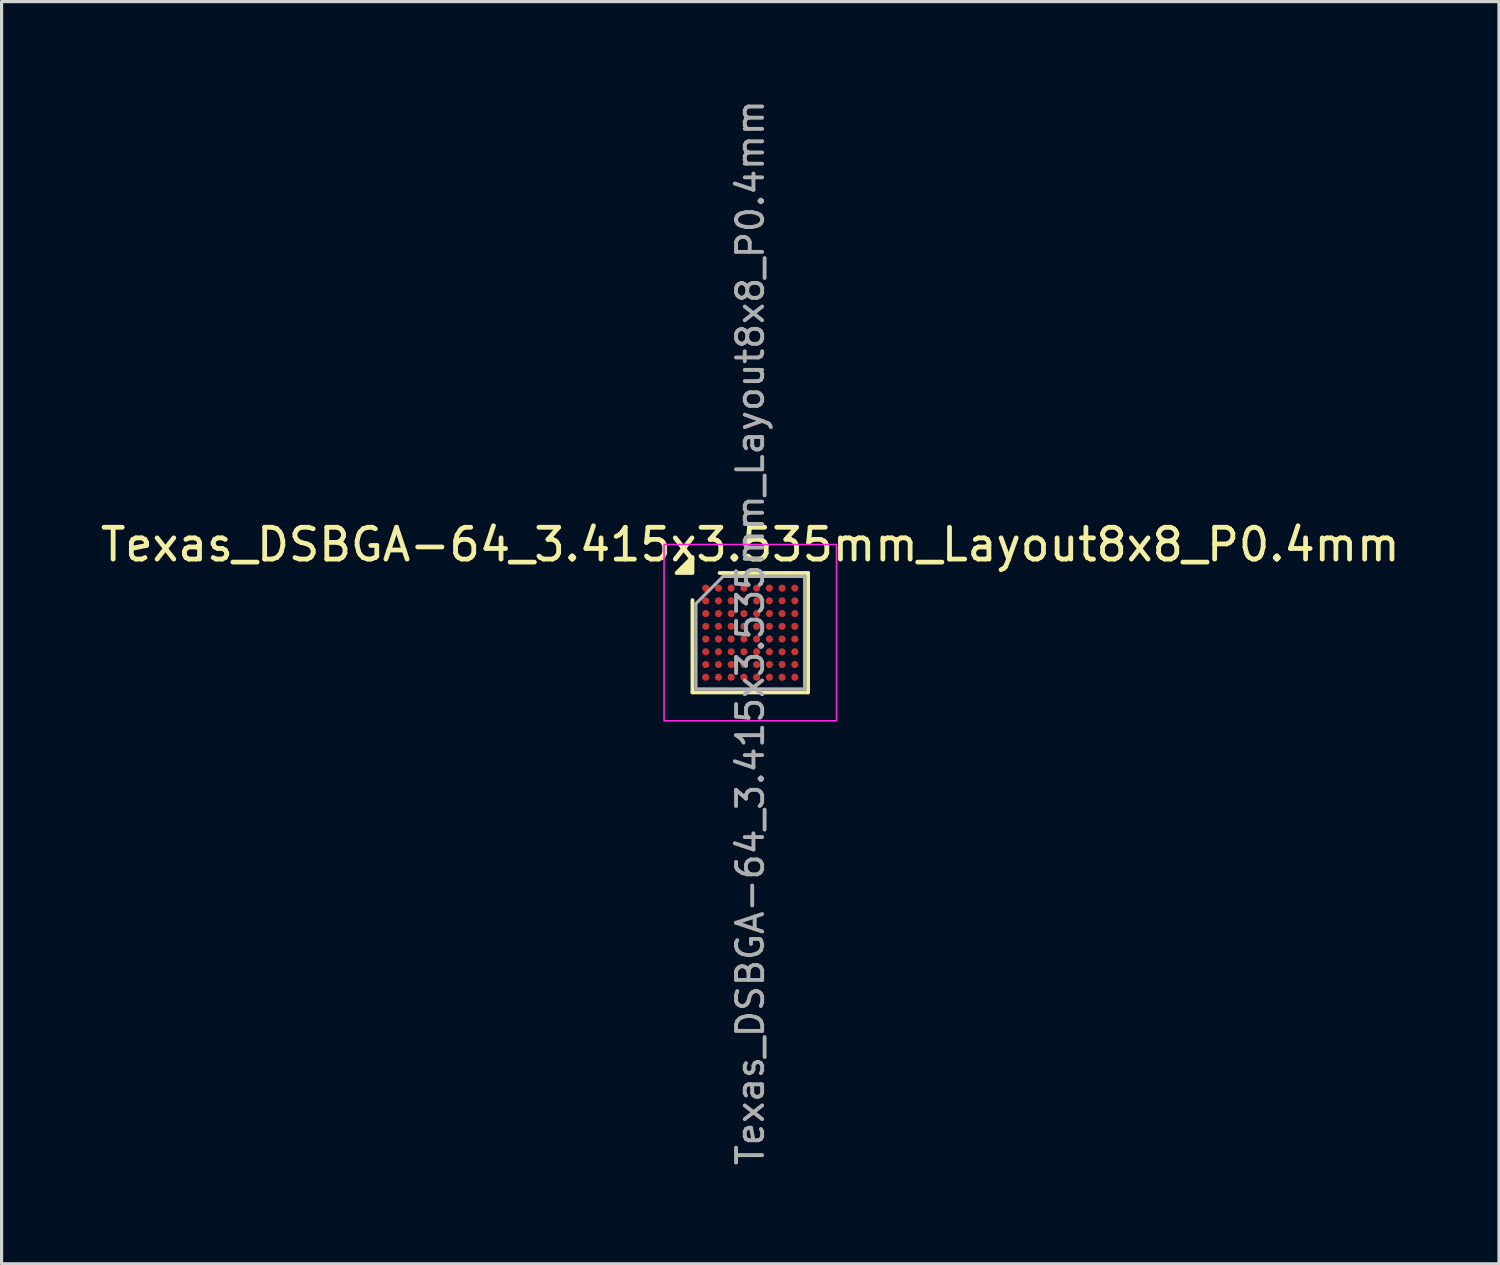
<source format=kicad_pcb>
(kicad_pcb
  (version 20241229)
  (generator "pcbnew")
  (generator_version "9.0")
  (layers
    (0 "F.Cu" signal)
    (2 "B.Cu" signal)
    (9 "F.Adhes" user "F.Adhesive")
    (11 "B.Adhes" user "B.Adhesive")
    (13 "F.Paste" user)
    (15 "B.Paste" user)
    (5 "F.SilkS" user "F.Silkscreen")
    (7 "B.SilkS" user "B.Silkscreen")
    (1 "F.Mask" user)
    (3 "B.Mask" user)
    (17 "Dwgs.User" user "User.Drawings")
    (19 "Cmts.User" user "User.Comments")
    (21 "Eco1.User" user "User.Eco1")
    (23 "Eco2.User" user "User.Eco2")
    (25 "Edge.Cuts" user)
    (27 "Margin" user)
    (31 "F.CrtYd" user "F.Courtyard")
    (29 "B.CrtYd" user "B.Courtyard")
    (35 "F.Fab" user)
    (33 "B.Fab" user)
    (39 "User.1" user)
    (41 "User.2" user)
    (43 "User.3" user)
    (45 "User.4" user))
  (footprint "Texas_DSBGA-64_3.415x3.535mm_Layout8x8_P0.4mm"
    (layer "F.Cu")
    (at 20.53 16.834)
    (property "Reference" "Texas_DSBGA-64_3.415x3.535mm_Layout8x8_P0.4mm" (at 0 -2.768 0) (layer "F.SilkS") (effects (font (size 1 1) (thickness 0.15))))
    (attr smd)
    (fp_line (start -1.817 1.877) (end -1.817 -1.024) (stroke (width 0.12) (type solid)) (layer "F.SilkS"))
    (fp_line (start -0.964 -1.877) (end 1.817 -1.877) (stroke (width 0.12) (type solid)) (layer "F.SilkS"))
    (fp_line (start 1.817 -1.877) (end 1.817 1.877) (stroke (width 0.12) (type solid)) (layer "F.SilkS"))
    (fp_line (start 1.817 1.877) (end -1.817 1.877) (stroke (width 0.12) (type solid)) (layer "F.SilkS"))
    (fp_poly (pts (xy -1.817 -1.877) (xy -2.317 -1.877) (xy -1.817 -2.377)) (stroke (width 0.12) (type solid)) (fill yes) (layer "F.SilkS"))
    (fp_rect (start -2.71 -2.77) (end 2.71 2.77) (stroke (width 0.05) (type solid)) (fill no) (layer "F.CrtYd"))
    (fp_line (start -1.708 -0.914) (end -0.854 -1.768) (stroke (width 0.1) (type solid)) (layer "F.Fab"))
    (fp_line (start -1.708 1.768) (end -1.708 -0.914) (stroke (width 0.1) (type solid)) (layer "F.Fab"))
    (fp_line (start -0.854 -1.768) (end 1.708 -1.768) (stroke (width 0.1) (type solid)) (layer "F.Fab"))
    (fp_line (start 1.708 -1.768) (end 1.708 1.768) (stroke (width 0.1) (type solid)) (layer "F.Fab"))
    (fp_line (start 1.708 1.768) (end -1.708 1.768) (stroke (width 0.1) (type solid)) (layer "F.Fab"))
    (fp_text user "${REFERENCE}" (at 0 0 270) (layer "F.Fab") (effects (font (size 0.82 0.82) (thickness 0.123))))
    (pad "A1" smd circle (at -1.4 -1.4) (size 0.225 0.225) (property pad_prop_bga) (layers "F.Cu" "F.Mask" "F.Paste"))
    (pad "A2" smd circle (at -1 -1.4) (size 0.225 0.225) (property pad_prop_bga) (layers "F.Cu" "F.Mask" "F.Paste"))
    (pad "A3" smd circle (at -0.6 -1.4) (size 0.225 0.225) (property pad_prop_bga) (layers "F.Cu" "F.Mask" "F.Paste"))
    (pad "A4" smd circle (at -0.2 -1.4) (size 0.225 0.225) (property pad_prop_bga) (layers "F.Cu" "F.Mask" "F.Paste"))
    (pad "A5" smd circle (at 0.2 -1.4) (size 0.225 0.225) (property pad_prop_bga) (layers "F.Cu" "F.Mask" "F.Paste"))
    (pad "A6" smd circle (at 0.6 -1.4) (size 0.225 0.225) (property pad_prop_bga) (layers "F.Cu" "F.Mask" "F.Paste"))
    (pad "A7" smd circle (at 1 -1.4) (size 0.225 0.225) (property pad_prop_bga) (layers "F.Cu" "F.Mask" "F.Paste"))
    (pad "A8" smd circle (at 1.4 -1.4) (size 0.225 0.225) (property pad_prop_bga) (layers "F.Cu" "F.Mask" "F.Paste"))
    (pad "B1" smd circle (at -1.4 -1) (size 0.225 0.225) (property pad_prop_bga) (layers "F.Cu" "F.Mask" "F.Paste"))
    (pad "B2" smd circle (at -1 -1) (size 0.225 0.225) (property pad_prop_bga) (layers "F.Cu" "F.Mask" "F.Paste"))
    (pad "B3" smd circle (at -0.6 -1) (size 0.225 0.225) (property pad_prop_bga) (layers "F.Cu" "F.Mask" "F.Paste"))
    (pad "B4" smd circle (at -0.2 -1) (size 0.225 0.225) (property pad_prop_bga) (layers "F.Cu" "F.Mask" "F.Paste"))
    (pad "B5" smd circle (at 0.2 -1) (size 0.225 0.225) (property pad_prop_bga) (layers "F.Cu" "F.Mask" "F.Paste"))
    (pad "B6" smd circle (at 0.6 -1) (size 0.225 0.225) (property pad_prop_bga) (layers "F.Cu" "F.Mask" "F.Paste"))
    (pad "B7" smd circle (at 1 -1) (size 0.225 0.225) (property pad_prop_bga) (layers "F.Cu" "F.Mask" "F.Paste"))
    (pad "B8" smd circle (at 1.4 -1) (size 0.225 0.225) (property pad_prop_bga) (layers "F.Cu" "F.Mask" "F.Paste"))
    (pad "C1" smd circle (at -1.4 -0.6) (size 0.225 0.225) (property pad_prop_bga) (layers "F.Cu" "F.Mask" "F.Paste"))
    (pad "C2" smd circle (at -1 -0.6) (size 0.225 0.225) (property pad_prop_bga) (layers "F.Cu" "F.Mask" "F.Paste"))
    (pad "C3" smd circle (at -0.6 -0.6) (size 0.225 0.225) (property pad_prop_bga) (layers "F.Cu" "F.Mask" "F.Paste"))
    (pad "C4" smd circle (at -0.2 -0.6) (size 0.225 0.225) (property pad_prop_bga) (layers "F.Cu" "F.Mask" "F.Paste"))
    (pad "C5" smd circle (at 0.2 -0.6) (size 0.225 0.225) (property pad_prop_bga) (layers "F.Cu" "F.Mask" "F.Paste"))
    (pad "C6" smd circle (at 0.6 -0.6) (size 0.225 0.225) (property pad_prop_bga) (layers "F.Cu" "F.Mask" "F.Paste"))
    (pad "C7" smd circle (at 1 -0.6) (size 0.225 0.225) (property pad_prop_bga) (layers "F.Cu" "F.Mask" "F.Paste"))
    (pad "C8" smd circle (at 1.4 -0.6) (size 0.225 0.225) (property pad_prop_bga) (layers "F.Cu" "F.Mask" "F.Paste"))
    (pad "D1" smd circle (at -1.4 -0.2) (size 0.225 0.225) (property pad_prop_bga) (layers "F.Cu" "F.Mask" "F.Paste"))
    (pad "D2" smd circle (at -1 -0.2) (size 0.225 0.225) (property pad_prop_bga) (layers "F.Cu" "F.Mask" "F.Paste"))
    (pad "D3" smd circle (at -0.6 -0.2) (size 0.225 0.225) (property pad_prop_bga) (layers "F.Cu" "F.Mask" "F.Paste"))
    (pad "D4" smd circle (at -0.2 -0.2) (size 0.225 0.225) (property pad_prop_bga) (layers "F.Cu" "F.Mask" "F.Paste"))
    (pad "D5" smd circle (at 0.2 -0.2) (size 0.225 0.225) (property pad_prop_bga) (layers "F.Cu" "F.Mask" "F.Paste"))
    (pad "D6" smd circle (at 0.6 -0.2) (size 0.225 0.225) (property pad_prop_bga) (layers "F.Cu" "F.Mask" "F.Paste"))
    (pad "D7" smd circle (at 1 -0.2) (size 0.225 0.225) (property pad_prop_bga) (layers "F.Cu" "F.Mask" "F.Paste"))
    (pad "D8" smd circle (at 1.4 -0.2) (size 0.225 0.225) (property pad_prop_bga) (layers "F.Cu" "F.Mask" "F.Paste"))
    (pad "E1" smd circle (at -1.4 0.2) (size 0.225 0.225) (property pad_prop_bga) (layers "F.Cu" "F.Mask" "F.Paste"))
    (pad "E2" smd circle (at -1 0.2) (size 0.225 0.225) (property pad_prop_bga) (layers "F.Cu" "F.Mask" "F.Paste"))
    (pad "E3" smd circle (at -0.6 0.2) (size 0.225 0.225) (property pad_prop_bga) (layers "F.Cu" "F.Mask" "F.Paste"))
    (pad "E4" smd circle (at -0.2 0.2) (size 0.225 0.225) (property pad_prop_bga) (layers "F.Cu" "F.Mask" "F.Paste"))
    (pad "E5" smd circle (at 0.2 0.2) (size 0.225 0.225) (property pad_prop_bga) (layers "F.Cu" "F.Mask" "F.Paste"))
    (pad "E6" smd circle (at 0.6 0.2) (size 0.225 0.225) (property pad_prop_bga) (layers "F.Cu" "F.Mask" "F.Paste"))
    (pad "E7" smd circle (at 1 0.2) (size 0.225 0.225) (property pad_prop_bga) (layers "F.Cu" "F.Mask" "F.Paste"))
    (pad "E8" smd circle (at 1.4 0.2) (size 0.225 0.225) (property pad_prop_bga) (layers "F.Cu" "F.Mask" "F.Paste"))
    (pad "F1" smd circle (at -1.4 0.6) (size 0.225 0.225) (property pad_prop_bga) (layers "F.Cu" "F.Mask" "F.Paste"))
    (pad "F2" smd circle (at -1 0.6) (size 0.225 0.225) (property pad_prop_bga) (layers "F.Cu" "F.Mask" "F.Paste"))
    (pad "F3" smd circle (at -0.6 0.6) (size 0.225 0.225) (property pad_prop_bga) (layers "F.Cu" "F.Mask" "F.Paste"))
    (pad "F4" smd circle (at -0.2 0.6) (size 0.225 0.225) (property pad_prop_bga) (layers "F.Cu" "F.Mask" "F.Paste"))
    (pad "F5" smd circle (at 0.2 0.6) (size 0.225 0.225) (property pad_prop_bga) (layers "F.Cu" "F.Mask" "F.Paste"))
    (pad "F6" smd circle (at 0.6 0.6) (size 0.225 0.225) (property pad_prop_bga) (layers "F.Cu" "F.Mask" "F.Paste"))
    (pad "F7" smd circle (at 1 0.6) (size 0.225 0.225) (property pad_prop_bga) (layers "F.Cu" "F.Mask" "F.Paste"))
    (pad "F8" smd circle (at 1.4 0.6) (size 0.225 0.225) (property pad_prop_bga) (layers "F.Cu" "F.Mask" "F.Paste"))
    (pad "G1" smd circle (at -1.4 1) (size 0.225 0.225) (property pad_prop_bga) (layers "F.Cu" "F.Mask" "F.Paste"))
    (pad "G2" smd circle (at -1 1) (size 0.225 0.225) (property pad_prop_bga) (layers "F.Cu" "F.Mask" "F.Paste"))
    (pad "G3" smd circle (at -0.6 1) (size 0.225 0.225) (property pad_prop_bga) (layers "F.Cu" "F.Mask" "F.Paste"))
    (pad "G4" smd circle (at -0.2 1) (size 0.225 0.225) (property pad_prop_bga) (layers "F.Cu" "F.Mask" "F.Paste"))
    (pad "G5" smd circle (at 0.2 1) (size 0.225 0.225) (property pad_prop_bga) (layers "F.Cu" "F.Mask" "F.Paste"))
    (pad "G6" smd circle (at 0.6 1) (size 0.225 0.225) (property pad_prop_bga) (layers "F.Cu" "F.Mask" "F.Paste"))
    (pad "G7" smd circle (at 1 1) (size 0.225 0.225) (property pad_prop_bga) (layers "F.Cu" "F.Mask" "F.Paste"))
    (pad "G8" smd circle (at 1.4 1) (size 0.225 0.225) (property pad_prop_bga) (layers "F.Cu" "F.Mask" "F.Paste"))
    (pad "H1" smd circle (at -1.4 1.4) (size 0.225 0.225) (property pad_prop_bga) (layers "F.Cu" "F.Mask" "F.Paste"))
    (pad "H2" smd circle (at -1 1.4) (size 0.225 0.225) (property pad_prop_bga) (layers "F.Cu" "F.Mask" "F.Paste"))
    (pad "H3" smd circle (at -0.6 1.4) (size 0.225 0.225) (property pad_prop_bga) (layers "F.Cu" "F.Mask" "F.Paste"))
    (pad "H4" smd circle (at -0.2 1.4) (size 0.225 0.225) (property pad_prop_bga) (layers "F.Cu" "F.Mask" "F.Paste"))
    (pad "H5" smd circle (at 0.2 1.4) (size 0.225 0.225) (property pad_prop_bga) (layers "F.Cu" "F.Mask" "F.Paste"))
    (pad "H6" smd circle (at 0.6 1.4) (size 0.225 0.225) (property pad_prop_bga) (layers "F.Cu" "F.Mask" "F.Paste"))
    (pad "H7" smd circle (at 1 1.4) (size 0.225 0.225) (property pad_prop_bga) (layers "F.Cu" "F.Mask" "F.Paste"))
    (pad "H8" smd circle (at 1.4 1.4) (size 0.225 0.225) (property pad_prop_bga) (layers "F.Cu" "F.Mask" "F.Paste")))
  (gr_rect
    (start -3 -3)
    (end 44.06 36.669)
    (stroke (width 0.1) (type default))
    (fill no)
    (layer "Edge.Cuts")))
</source>
